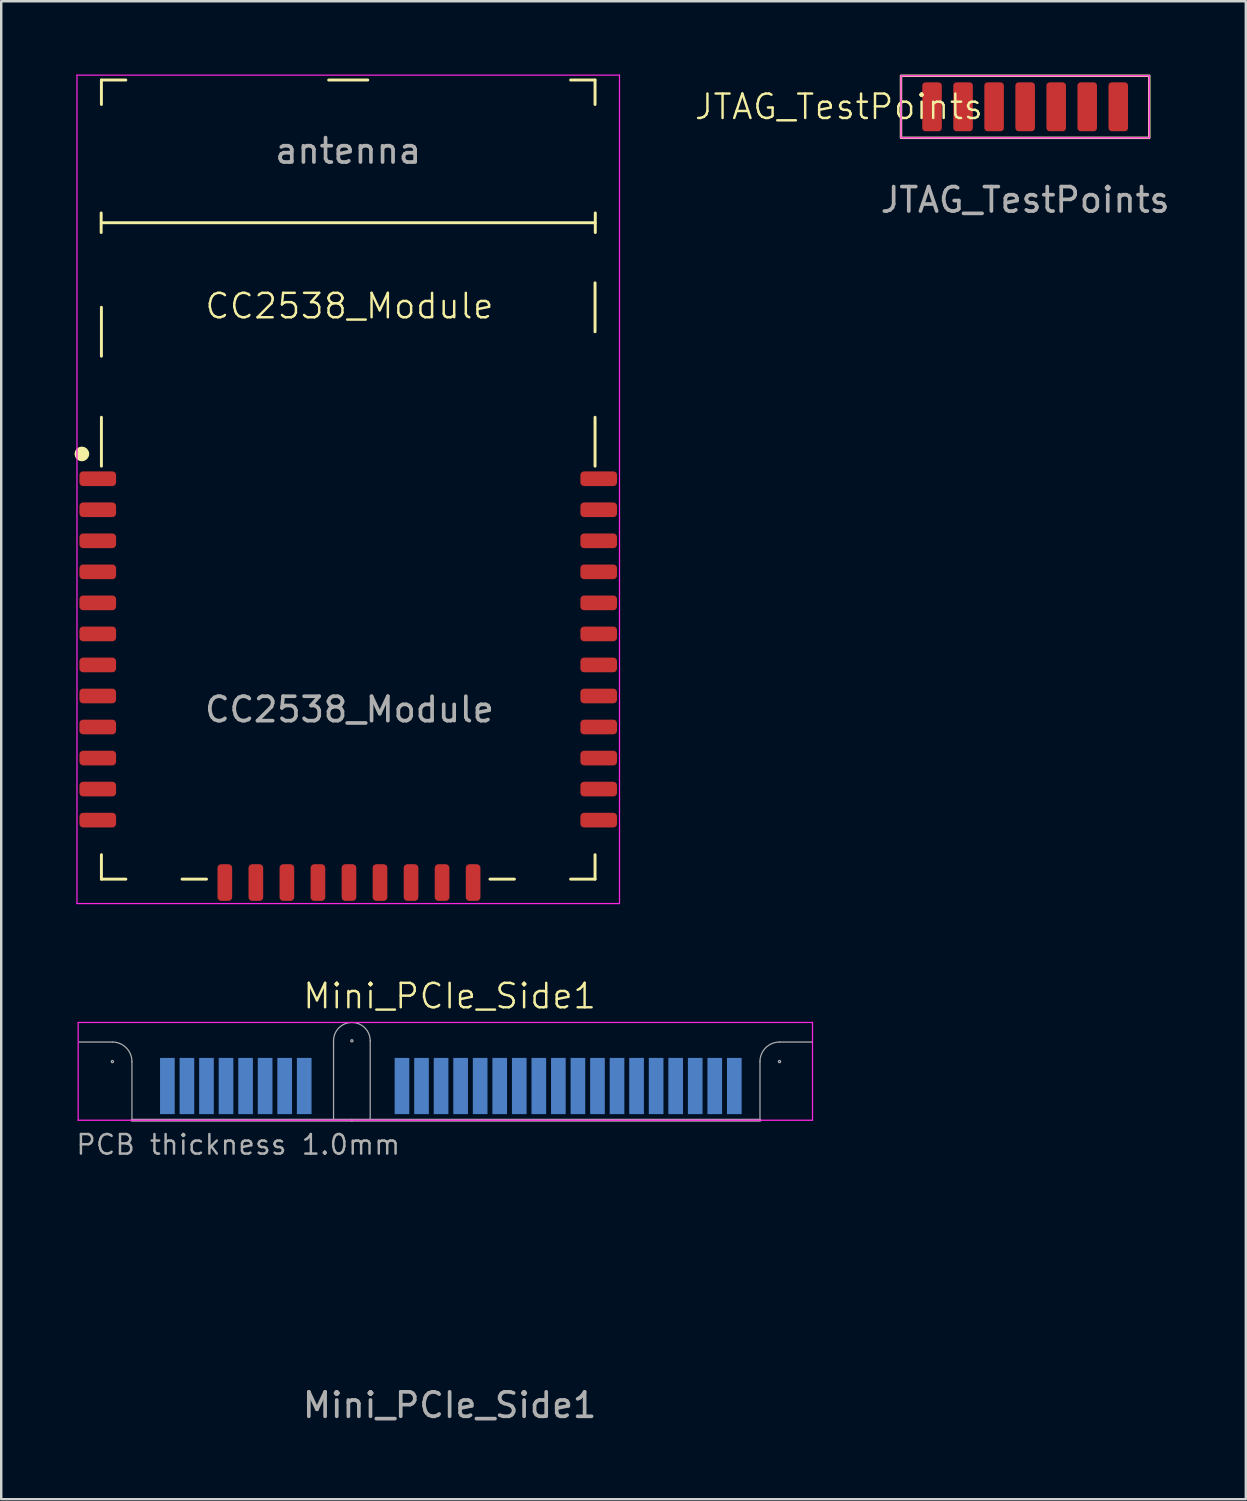
<source format=kicad_pcb>
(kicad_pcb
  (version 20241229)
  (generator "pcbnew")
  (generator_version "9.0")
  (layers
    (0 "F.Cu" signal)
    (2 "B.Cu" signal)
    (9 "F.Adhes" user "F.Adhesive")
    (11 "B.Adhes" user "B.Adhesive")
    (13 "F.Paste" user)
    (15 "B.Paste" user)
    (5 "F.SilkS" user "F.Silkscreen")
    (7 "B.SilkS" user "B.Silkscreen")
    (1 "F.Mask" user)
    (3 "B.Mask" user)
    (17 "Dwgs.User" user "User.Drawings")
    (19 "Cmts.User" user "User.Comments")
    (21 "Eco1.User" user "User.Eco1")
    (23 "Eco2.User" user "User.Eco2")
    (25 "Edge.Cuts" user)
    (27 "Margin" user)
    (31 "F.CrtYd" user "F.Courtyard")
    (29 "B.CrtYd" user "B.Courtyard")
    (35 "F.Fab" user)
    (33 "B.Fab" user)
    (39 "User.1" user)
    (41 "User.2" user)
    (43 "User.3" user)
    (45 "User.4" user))
  (footprint "CC2538_Module"
    (layer "F.Cu")
    (at 11.25 17.095)
    (property "Reference" "CC2538_Module" (at 0 -7.62 0) (unlocked yes) (layer "F.SilkS") (effects (font (size 1 1) (thickness 0.1))))
    (attr smd)
    (fp_line (start -10.16 -10.63) (end -10.16 -11.43) (stroke (width 0.12) (type solid)) (layer "F.SilkS"))
    (fp_line (start -10.15 -16.87) (end -10.15 -15.87) (stroke (width 0.12) (type solid)) (layer "F.SilkS"))
    (fp_line (start -10.15 -16.87) (end -9.15 -16.87) (stroke (width 0.12) (type solid)) (layer "F.SilkS"))
    (fp_line (start -10.15 -11.03) (end 10.05 -11.03) (stroke (width 0.12) (type solid)) (layer "F.SilkS"))
    (fp_line (start -10.15 -7.57) (end -10.15 -5.57) (stroke (width 0.12) (type solid)) (layer "F.SilkS"))
    (fp_line (start -10.15 -1.07) (end -10.15 -3.07) (stroke (width 0.12) (type solid)) (layer "F.SilkS"))
    (fp_line (start -10.15 14.83) (end -10.15 15.83) (stroke (width 0.12) (type solid)) (layer "F.SilkS"))
    (fp_line (start -10.15 15.83) (end -9.15 15.83) (stroke (width 0.12) (type solid)) (layer "F.SilkS"))
    (fp_line (start -5.85 15.83) (end -6.85 15.83) (stroke (width 0.12) (type solid)) (layer "F.SilkS"))
    (fp_line (start -0.85 -16.87) (end 0.75 -16.87) (stroke (width 0.12) (type solid)) (layer "F.SilkS"))
    (fp_line (start 5.75 15.83) (end 6.75 15.83) (stroke (width 0.12) (type solid)) (layer "F.SilkS"))
    (fp_line (start 10.05 -16.87) (end 9.05 -16.87) (stroke (width 0.12) (type solid)) (layer "F.SilkS"))
    (fp_line (start 10.05 -16.87) (end 10.05 -15.87) (stroke (width 0.12) (type solid)) (layer "F.SilkS"))
    (fp_line (start 10.05 -8.57) (end 10.05 -6.57) (stroke (width 0.12) (type solid)) (layer "F.SilkS"))
    (fp_line (start 10.05 -1.07) (end 10.05 -3.07) (stroke (width 0.12) (type solid)) (layer "F.SilkS"))
    (fp_line (start 10.05 15.83) (end 9.05 15.83) (stroke (width 0.12) (type solid)) (layer "F.SilkS"))
    (fp_line (start 10.05 15.83) (end 10.05 14.83) (stroke (width 0.12) (type solid)) (layer "F.SilkS"))
    (fp_line (start 10.06 -10.63) (end 10.06 -11.43) (stroke (width 0.12) (type solid)) (layer "F.SilkS"))
    (fp_circle (center -10.95 -1.57) (end -10.8 -1.57) (stroke (width 0.3) (type solid)) (fill no) (layer "F.SilkS"))
    (fp_line (start -11.15 -17.07) (end 11.05 -17.07) (stroke (width 0.05) (type solid)) (layer "F.CrtYd"))
    (fp_line (start -11.15 16.83) (end -11.15 -17.07) (stroke (width 0.05) (type solid)) (layer "F.CrtYd"))
    (fp_line (start 11.05 -17.07) (end 11.05 16.83) (stroke (width 0.05) (type solid)) (layer "F.CrtYd"))
    (fp_line (start 11.05 16.83) (end -11.15 16.83) (stroke (width 0.05) (type solid)) (layer "F.CrtYd"))
    (fp_text user "${REFERENCE}" (at 0 8.89 0) (unlocked yes) (layer "F.Fab") (effects (font (size 1 1) (thickness 0.15))))
    (fp_text user "antenna" (at -0.05 -13.97 0) (layer "F.Fab") (effects (font (size 1 1) (thickness 0.15))))
    (pad "1" smd roundrect (at -10.3 -0.555 270) (size 0.6 1.5) (layers "F.Cu" "F.Mask" "F.Paste") (roundrect_rratio 0.25))
    (pad "2" smd roundrect (at -10.3 0.715 270) (size 0.6 1.5) (layers "F.Cu" "F.Mask" "F.Paste") (roundrect_rratio 0.25))
    (pad "3" smd roundrect (at -10.3 1.985 270) (size 0.6 1.5) (layers "F.Cu" "F.Mask" "F.Paste") (roundrect_rratio 0.25))
    (pad "4" smd roundrect (at -10.3 3.255 270) (size 0.6 1.5) (layers "F.Cu" "F.Mask" "F.Paste") (roundrect_rratio 0.25))
    (pad "5" smd roundrect (at -10.3 4.525 270) (size 0.6 1.5) (layers "F.Cu" "F.Mask" "F.Paste") (roundrect_rratio 0.25))
    (pad "6" smd roundrect (at -10.3 5.795 270) (size 0.6 1.5) (layers "F.Cu" "F.Mask" "F.Paste") (roundrect_rratio 0.25))
    (pad "7" smd roundrect (at -10.3 7.065 270) (size 0.6 1.5) (layers "F.Cu" "F.Mask" "F.Paste") (roundrect_rratio 0.25))
    (pad "8" smd roundrect (at -10.3 8.335 270) (size 0.6 1.5) (layers "F.Cu" "F.Mask" "F.Paste") (roundrect_rratio 0.25))
    (pad "9" smd roundrect (at -10.3 9.605 270) (size 0.6 1.5) (layers "F.Cu" "F.Mask" "F.Paste") (roundrect_rratio 0.25))
    (pad "10" smd roundrect (at -10.3 10.875 270) (size 0.6 1.5) (layers "F.Cu" "F.Mask" "F.Paste") (roundrect_rratio 0.25))
    (pad "11" smd roundrect (at -10.3 12.145 270) (size 0.6 1.5) (layers "F.Cu" "F.Mask" "F.Paste") (roundrect_rratio 0.25))
    (pad "12" smd roundrect (at -10.3 13.415 270) (size 0.6 1.5) (layers "F.Cu" "F.Mask" "F.Paste") (roundrect_rratio 0.25))
    (pad "13" smd roundrect (at -5.1 15.97) (size 0.6 1.5) (layers "F.Cu" "F.Mask" "F.Paste") (roundrect_rratio 0.25))
    (pad "14" smd roundrect (at -3.83 15.97) (size 0.6 1.5) (layers "F.Cu" "F.Mask" "F.Paste") (roundrect_rratio 0.25))
    (pad "15" smd roundrect (at -2.56 15.97) (size 0.6 1.5) (layers "F.Cu" "F.Mask" "F.Paste") (roundrect_rratio 0.25))
    (pad "16" smd roundrect (at -1.29 15.97) (size 0.6 1.5) (layers "F.Cu" "F.Mask" "F.Paste") (roundrect_rratio 0.25))
    (pad "17" smd roundrect (at -0.02 15.97) (size 0.6 1.5) (layers "F.Cu" "F.Mask" "F.Paste") (roundrect_rratio 0.25))
    (pad "18" smd roundrect (at 1.25 15.97) (size 0.6 1.5) (layers "F.Cu" "F.Mask" "F.Paste") (roundrect_rratio 0.25))
    (pad "19" smd roundrect (at 2.52 15.97) (size 0.6 1.5) (layers "F.Cu" "F.Mask" "F.Paste") (roundrect_rratio 0.25))
    (pad "20" smd roundrect (at 3.79 15.97) (size 0.6 1.5) (layers "F.Cu" "F.Mask" "F.Paste") (roundrect_rratio 0.25))
    (pad "21" smd roundrect (at 5.06 15.97) (size 0.6 1.5) (layers "F.Cu" "F.Mask" "F.Paste") (roundrect_rratio 0.25))
    (pad "22" smd roundrect (at 10.2 13.415 270) (size 0.6 1.5) (layers "F.Cu" "F.Mask" "F.Paste") (roundrect_rratio 0.25))
    (pad "23" smd roundrect (at 10.2 12.145 270) (size 0.6 1.5) (layers "F.Cu" "F.Mask" "F.Paste") (roundrect_rratio 0.25))
    (pad "24" smd roundrect (at 10.2 10.875 270) (size 0.6 1.5) (layers "F.Cu" "F.Mask" "F.Paste") (roundrect_rratio 0.25))
    (pad "25" smd roundrect (at 10.2 9.605 270) (size 0.6 1.5) (layers "F.Cu" "F.Mask" "F.Paste") (roundrect_rratio 0.25))
    (pad "26" smd roundrect (at 10.2 8.335 270) (size 0.6 1.5) (layers "F.Cu" "F.Mask" "F.Paste") (roundrect_rratio 0.25))
    (pad "27" smd roundrect (at 10.2 7.065 270) (size 0.6 1.5) (layers "F.Cu" "F.Mask" "F.Paste") (roundrect_rratio 0.25))
    (pad "28" smd roundrect (at 10.2 5.795 270) (size 0.6 1.5) (layers "F.Cu" "F.Mask" "F.Paste") (roundrect_rratio 0.25))
    (pad "29" smd roundrect (at 10.2 4.525 270) (size 0.6 1.5) (layers "F.Cu" "F.Mask" "F.Paste") (roundrect_rratio 0.25))
    (pad "30" smd roundrect (at 10.2 3.255 270) (size 0.6 1.5) (layers "F.Cu" "F.Mask" "F.Paste") (roundrect_rratio 0.25))
    (pad "31" smd roundrect (at 10.2 1.985 270) (size 0.6 1.5) (layers "F.Cu" "F.Mask" "F.Paste") (roundrect_rratio 0.25))
    (pad "32" smd roundrect (at 10.2 0.715 270) (size 0.6 1.5) (layers "F.Cu" "F.Mask" "F.Paste") (roundrect_rratio 0.25))
    (pad "33" smd roundrect (at 10.2 -0.555 270) (size 0.6 1.5) (layers "F.Cu" "F.Mask" "F.Paste") (roundrect_rratio 0.25)))
  (footprint "Mini_PCIe_Side1"
    (layer "F.Cu")
    (at 15.349 40.251)
    (property "Reference" "Mini_PCIe_Side1" (at 0 -2.54 0) (unlocked yes) (layer "F.SilkS") (effects (font (size 1 1) (thickness 0.1))))
    (attr smd)
    (fp_line (start -15.2 -1.46) (end 14.85 -1.46) (stroke (width 0.05) (type solid)) (layer "F.CrtYd"))
    (fp_line (start -15.2 2.54) (end -15.2 -1.46) (stroke (width 0.05) (type solid)) (layer "F.CrtYd"))
    (fp_line (start -15.2 2.54) (end 14.85 2.54) (stroke (width 0.05) (type solid)) (layer "F.CrtYd"))
    (fp_line (start 14.85 -1.46) (end 14.85 2.54) (stroke (width 0.05) (type solid)) (layer "F.CrtYd"))
    (fp_line (start -13.8 -0.66) (end -15.15 -0.66) (stroke (width 0.05) (type solid)) (layer "F.Fab"))
    (fp_line (start -13 0.14) (end -13 2.54) (stroke (width 0.05) (type solid)) (layer "F.Fab"))
    (fp_line (start -4.75 2.54) (end -4.75 -0.71) (stroke (width 0.05) (type solid)) (layer "F.Fab"))
    (fp_line (start -4 2.54) (end -13 2.54) (stroke (width 0.12) (type solid)) (layer "F.Fab"))
    (fp_line (start -4 2.54) (end 12.7 2.54) (stroke (width 0.12) (type solid)) (layer "F.Fab"))
    (fp_line (start -3.25 2.54) (end -3.25 -0.71) (stroke (width 0.05) (type solid)) (layer "F.Fab"))
    (fp_line (start 12.7 0.14) (end 12.7 2.54) (stroke (width 0.05) (type solid)) (layer "F.Fab"))
    (fp_line (start 13.5 -0.66) (end 14.85 -0.66) (stroke (width 0.05) (type solid)) (layer "F.Fab"))
    (fp_arc (start -13.8 -0.66) (mid -13.234315 -0.425685) (end -13 0.14) (stroke (width 0.05) (type solid)) (layer "F.Fab"))
    (fp_arc (start -4.75 -0.71) (mid -4 -1.46) (end -3.25 -0.71) (stroke (width 0.05) (type solid)) (layer "F.Fab"))
    (fp_arc (start 12.7 0.14) (mid 12.934315 -0.425685) (end 13.5 -0.66) (stroke (width 0.05) (type solid)) (layer "F.Fab"))
    (fp_circle (center -13.8 0.14) (end -13.78 0.14) (stroke (width 0.05) (type solid)) (fill no) (layer "F.Fab"))
    (fp_circle (center -4 -0.71) (end -3.98 -0.71) (stroke (width 0.05) (type solid)) (fill no) (layer "F.Fab"))
    (fp_circle (center 13.5 0.14) (end 13.52 0.14) (stroke (width 0.05) (type solid)) (fill no) (layer "F.Fab"))
    (fp_text user "${REFERENCE}" (at 0 14.2 0) (unlocked yes) (layer "F.Fab") (effects (font (size 1 1) (thickness 0.15))))
    (fp_text user "PCB thickness 1.0mm" (at -8.65 3.54 0) (layer "F.Fab") (effects (font (size 0.8 0.8) (thickness 0.1))))
    (pad "2" smd rect (at -11.55 1.14) (size 0.6 2.3) (layers "B.Cu" "B.Mask"))
    (pad "4" smd rect (at -10.75 1.14) (size 0.6 2.3) (layers "B.Cu" "B.Mask"))
    (pad "6" smd rect (at -9.95 1.14) (size 0.6 2.3) (layers "B.Cu" "B.Mask"))
    (pad "8" smd rect (at -9.15 1.14) (size 0.6 2.3) (layers "B.Cu" "B.Mask"))
    (pad "10" smd rect (at -8.35 1.14) (size 0.6 2.3) (layers "B.Cu" "B.Mask"))
    (pad "12" smd rect (at -7.55 1.14) (size 0.6 2.3) (layers "B.Cu" "B.Mask"))
    (pad "14" smd rect (at -6.75 1.14) (size 0.6 2.3) (layers "B.Cu" "B.Mask"))
    (pad "16" smd rect (at -5.95 1.14) (size 0.6 2.3) (layers "B.Cu" "B.Mask"))
    (pad "18" smd rect (at -1.95 1.14) (size 0.6 2.3) (layers "B.Cu" "B.Mask"))
    (pad "20" smd rect (at -1.15 1.14) (size 0.6 2.3) (layers "B.Cu" "B.Mask"))
    (pad "22" smd rect (at -0.35 1.14) (size 0.6 2.3) (layers "B.Cu" "B.Mask"))
    (pad "24" smd rect (at 0.45 1.14) (size 0.6 2.3) (layers "B.Cu" "B.Mask"))
    (pad "26" smd rect (at 1.25 1.14) (size 0.6 2.3) (layers "B.Cu" "B.Mask"))
    (pad "28" smd rect (at 2.05 1.14) (size 0.6 2.3) (layers "B.Cu" "B.Mask"))
    (pad "30" smd rect (at 2.85 1.14) (size 0.6 2.3) (layers "B.Cu" "B.Mask"))
    (pad "32" smd rect (at 3.65 1.14) (size 0.6 2.3) (layers "B.Cu" "B.Mask"))
    (pad "34" smd rect (at 4.45 1.14) (size 0.6 2.3) (layers "B.Cu" "B.Mask"))
    (pad "36" smd rect (at 5.25 1.14) (size 0.6 2.3) (layers "B.Cu" "B.Mask"))
    (pad "38" smd rect (at 6.05 1.14) (size 0.6 2.3) (layers "B.Cu" "B.Mask"))
    (pad "40" smd rect (at 6.85 1.14) (size 0.6 2.3) (layers "B.Cu" "B.Mask"))
    (pad "42" smd rect (at 7.65 1.14) (size 0.6 2.3) (layers "B.Cu" "B.Mask"))
    (pad "44" smd rect (at 8.45 1.14) (size 0.6 2.3) (layers "B.Cu" "B.Mask"))
    (pad "46" smd rect (at 9.25 1.14) (size 0.6 2.3) (layers "B.Cu" "B.Mask"))
    (pad "48" smd rect (at 10.05 1.14) (size 0.6 2.3) (layers "B.Cu" "B.Mask"))
    (pad "50" smd rect (at 10.85 1.14) (size 0.6 2.3) (layers "B.Cu" "B.Mask"))
    (pad "52" smd rect (at 11.65 1.14) (size 0.6 2.3) (layers "B.Cu" "B.Mask")))
  (footprint "JTAG_TestPoints"
    (layer "F.Cu")
    (at 38.9 1.32)
    (property "Reference" "JTAG_TestPoints" (at -7.62 0 0) (unlocked yes) (layer "F.SilkS") (effects (font (size 1 1) (thickness 0.1))))
    (attr smd)
    (fp_rect (start -5.08 -1.27) (end 5.08 1.27) (stroke (width 0.1) (type default)) (fill no) (layer "F.SilkS"))
    (fp_rect (start -5.08 -1.27) (end 5.08 1.27) (stroke (width 0.05) (type default)) (fill no) (layer "F.CrtYd"))
    (fp_text user "${REFERENCE}" (at 0 3.81 0) (unlocked yes) (layer "F.Fab") (effects (font (size 1 1) (thickness 0.15))))
    (pad "1" smd roundrect (at -3.81 0) (size 0.8 2) (layers "F.Cu" "F.Mask" "F.Paste") (roundrect_rratio 0.167))
    (pad "2" smd roundrect (at -2.54 0) (size 0.8 2) (layers "F.Cu" "F.Mask" "F.Paste") (roundrect_rratio 0.167))
    (pad "3" smd roundrect (at -1.27 0) (size 0.8 2) (layers "F.Cu" "F.Mask" "F.Paste") (roundrect_rratio 0.167))
    (pad "4" smd roundrect (at 0 0) (size 0.8 2) (layers "F.Cu" "F.Mask" "F.Paste") (roundrect_rratio 0.167))
    (pad "5" smd roundrect (at 1.27 0) (size 0.8 2) (layers "F.Cu" "F.Mask" "F.Paste") (roundrect_rratio 0.167))
    (pad "6" smd roundrect (at 2.54 0) (size 0.8 2) (layers "F.Cu" "F.Mask" "F.Paste") (roundrect_rratio 0.167))
    (pad "7" smd roundrect (at 3.81 0) (size 0.8 2) (layers "F.Cu" "F.Mask" "F.Paste") (roundrect_rratio 0.167)))
  (gr_rect
    (start -3 -3)
    (end 47.93 58.299)
    (stroke (width 0.1) (type default))
    (fill no)
    (layer "Edge.Cuts")))
</source>
